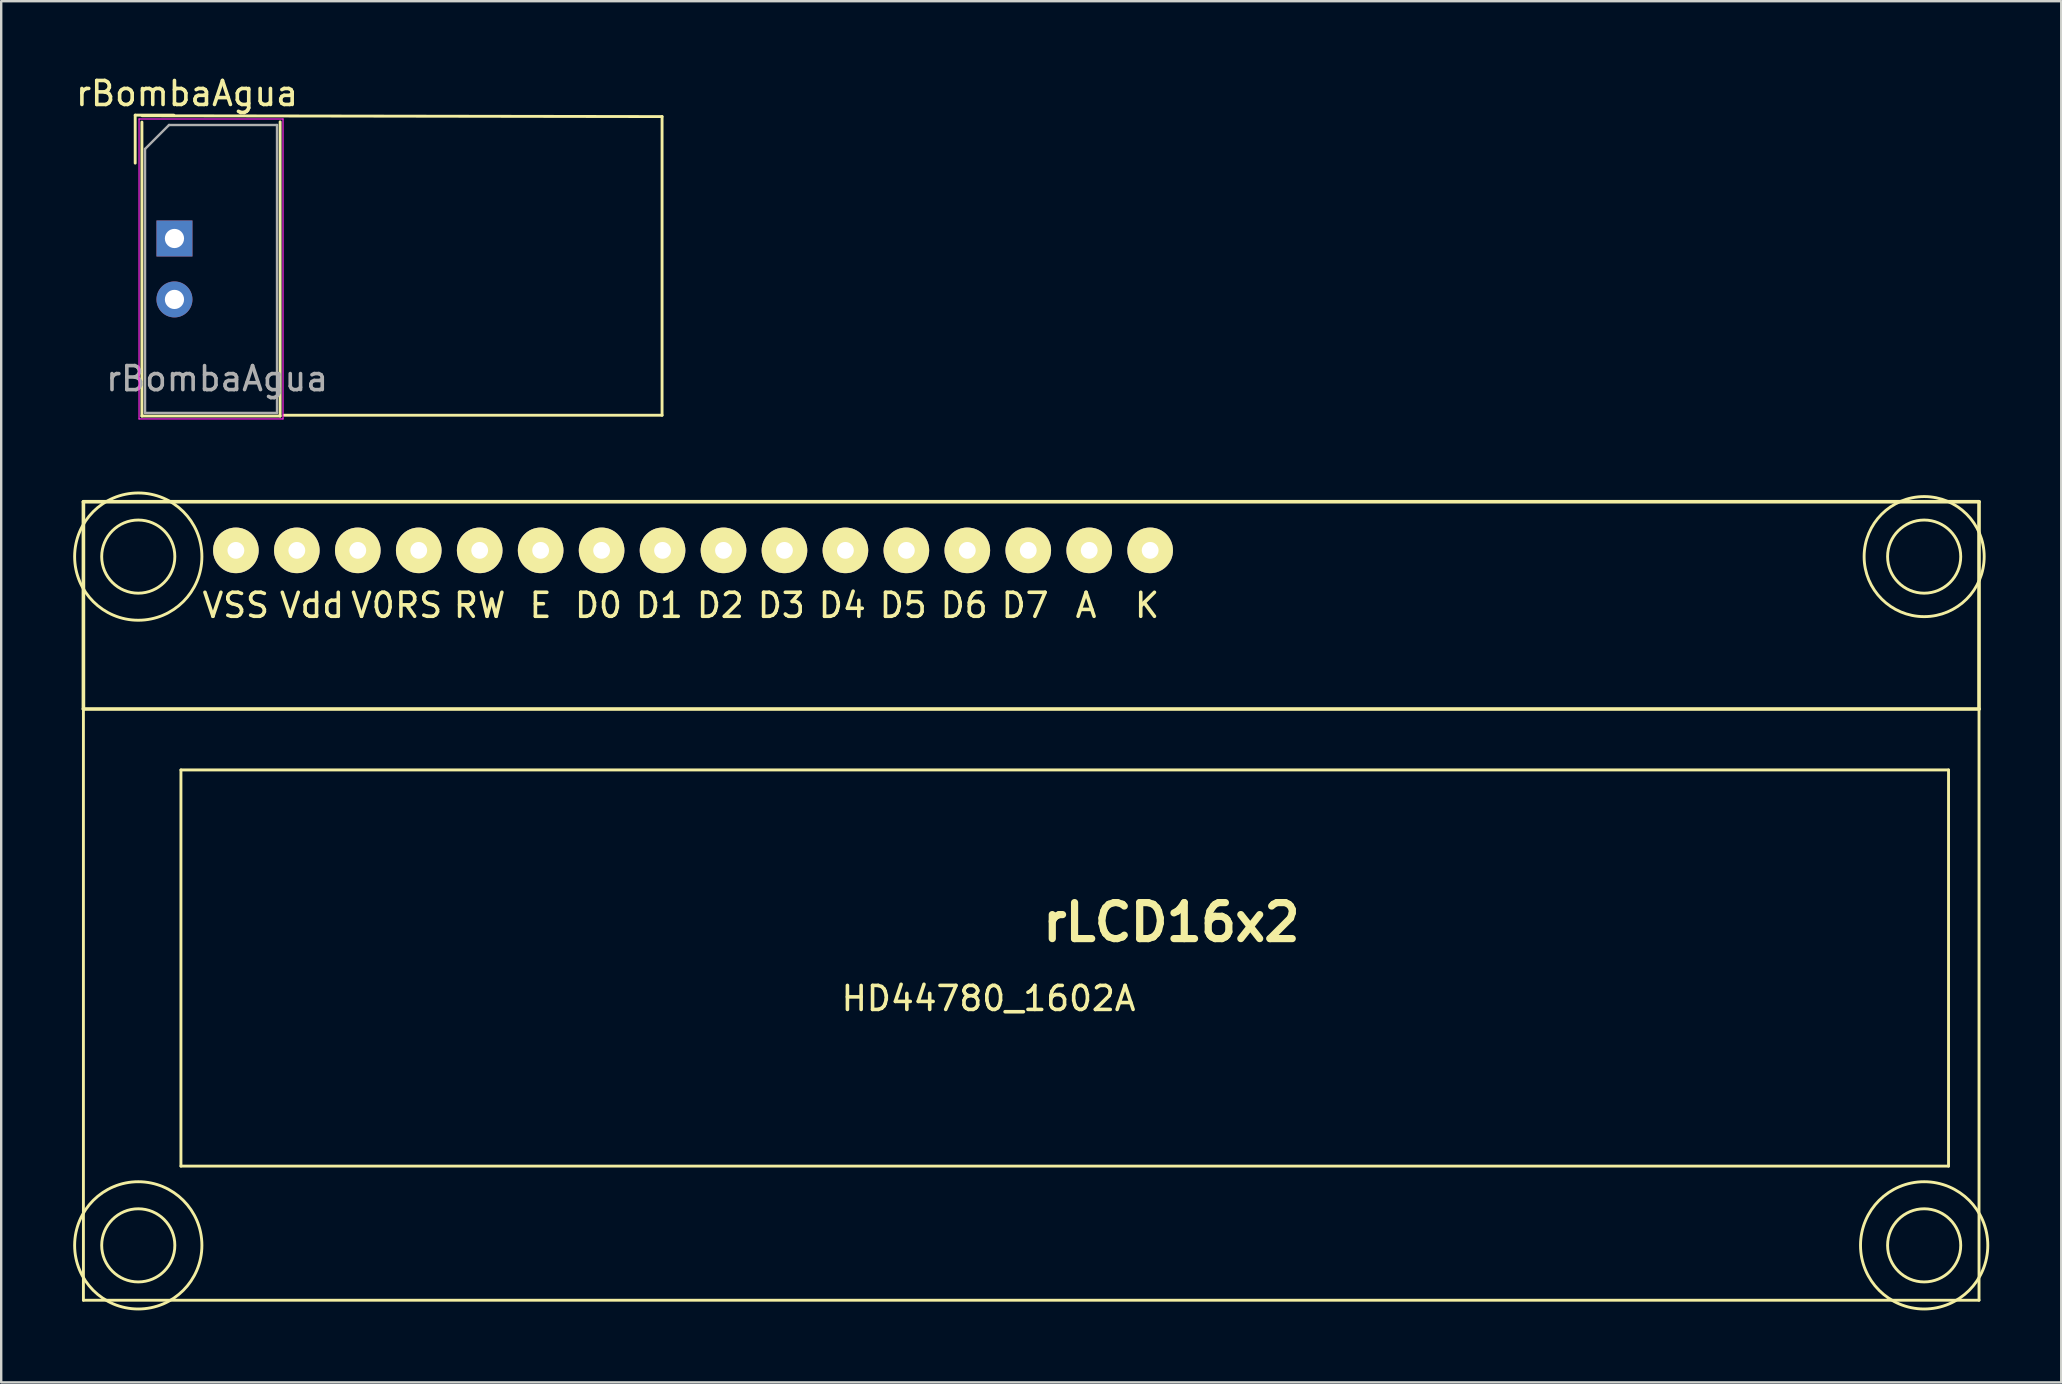
<source format=kicad_pcb>
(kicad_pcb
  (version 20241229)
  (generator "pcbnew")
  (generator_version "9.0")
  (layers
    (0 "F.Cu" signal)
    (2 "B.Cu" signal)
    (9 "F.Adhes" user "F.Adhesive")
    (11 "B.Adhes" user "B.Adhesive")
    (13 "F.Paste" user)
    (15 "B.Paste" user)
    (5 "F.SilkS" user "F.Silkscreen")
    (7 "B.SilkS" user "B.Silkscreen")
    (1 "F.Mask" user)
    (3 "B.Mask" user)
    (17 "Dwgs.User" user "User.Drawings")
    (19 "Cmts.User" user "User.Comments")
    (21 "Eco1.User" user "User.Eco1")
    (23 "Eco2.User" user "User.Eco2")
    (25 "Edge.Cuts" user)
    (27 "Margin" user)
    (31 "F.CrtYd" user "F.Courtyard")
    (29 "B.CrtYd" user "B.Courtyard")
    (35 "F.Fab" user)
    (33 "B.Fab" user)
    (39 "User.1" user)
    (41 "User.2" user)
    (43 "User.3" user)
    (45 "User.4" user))
  (footprint "rBombaAgua"
    (layer "F.Cu")
    (at 5.744 4.348)
    (property "Reference" "rBombaAgua" (at -1 -3.5 0) (layer "F.SilkS") (effects (font (size 1 1) (thickness 0.15))))
    (attr through_hole)
    (fp_line (start -3.16 -2.6) (end -3.16 -0.6) (stroke (width 0.12) (type solid)) (layer "F.SilkS"))
    (fp_line (start -3.16 -2.6) (end -1.55 -2.6) (stroke (width 0.12) (type solid)) (layer "F.SilkS"))
    (fp_line (start -2.88 9.94) (end -2.88 -2.31) (stroke (width 0.12) (type solid)) (layer "F.SilkS"))
    (fp_line (start -2.87 -2.574) (end 18.796 -2.54) (stroke (width 0.12) (type solid)) (layer "F.SilkS"))
    (fp_line (start 2.88 -2.32) (end 2.88 9.94) (stroke (width 0.12) (type solid)) (layer "F.SilkS"))
    (fp_line (start 2.88 9.94) (end -2.88 9.94) (stroke (width 0.12) (type solid)) (layer "F.SilkS"))
    (fp_line (start 18.796 -2.54) (end 18.796 9.906) (stroke (width 0.12) (type solid)) (layer "F.SilkS"))
    (fp_line (start 18.796 9.906) (end 3.048 9.906) (stroke (width 0.12) (type solid)) (layer "F.SilkS"))
    (fp_line (start -3 -2.44) (end 3 -2.44) (stroke (width 0.05) (type solid)) (layer "F.CrtYd"))
    (fp_line (start -3 10.06) (end -3 -2.44) (stroke (width 0.05) (type solid)) (layer "F.CrtYd"))
    (fp_line (start 3 -2.44) (end 3 10.06) (stroke (width 0.05) (type solid)) (layer "F.CrtYd"))
    (fp_line (start 3 10.06) (end -3 10.06) (stroke (width 0.05) (type solid)) (layer "F.CrtYd"))
    (fp_line (start -2.75 -1.19) (end -2.75 9.81) (stroke (width 0.1) (type solid)) (layer "F.Fab"))
    (fp_line (start -2.75 -1.19) (end -1.75 -2.19) (stroke (width 0.1) (type solid)) (layer "F.Fab"))
    (fp_line (start -1.75 -2.19) (end 2.75 -2.19) (stroke (width 0.1) (type solid)) (layer "F.Fab"))
    (fp_line (start 2.75 -2.19) (end 2.75 9.81) (stroke (width 0.1) (type solid)) (layer "F.Fab"))
    (fp_line (start 2.75 9.81) (end -2.75 9.81) (stroke (width 0.1) (type solid)) (layer "F.Fab"))
    (fp_text user "${REFERENCE}" (at 0.254 8.382 0) (layer "F.Fab") (effects (font (size 1 1) (thickness 0.15))))
    (pad "1" thru_hole rect (at -1.524 2.54) (size 1.5 1.5) (drill 0.8) (layers "*.Cu" "*.Mask"))
    (pad "2" thru_hole circle (at -1.524 5.08) (size 1.5 1.5) (drill 0.8) (layers "*.Cu" "*.Mask")))
  (footprint "rLCD16x2"
    (layer "F.Cu")
    (at 42.59 35.385)
    (property "Reference" "rLCD16x2" (at 3.175 0 0) (layer "F.SilkS") (effects (font (size 1.5 1.5) (thickness 0.3))))
    (attr through_hole)
    (fp_line (start -42.164 -17.526) (end -42.164 -8.89) (stroke (width 0.15) (type solid)) (layer "F.SilkS"))
    (fp_line (start -42.164 -8.89) (end -42.164 15.748) (stroke (width 0.12) (type solid)) (layer "F.SilkS"))
    (fp_line (start -42.164 -8.89) (end 36.83 -8.89) (stroke (width 0.15) (type solid)) (layer "F.SilkS"))
    (fp_line (start -42.164 15.748) (end 36.83 15.748) (stroke (width 0.12) (type solid)) (layer "F.SilkS"))
    (fp_line (start -38.1 -6.35) (end 35.56 -6.35) (stroke (width 0.12) (type solid)) (layer "F.SilkS"))
    (fp_line (start -38.1 10.16) (end -38.1 -6.35) (stroke (width 0.12) (type solid)) (layer "F.SilkS"))
    (fp_line (start 35.56 -6.35) (end 35.56 10.16) (stroke (width 0.12) (type solid)) (layer "F.SilkS"))
    (fp_line (start 35.56 10.16) (end -38.1 10.16) (stroke (width 0.12) (type solid)) (layer "F.SilkS"))
    (fp_line (start 36.83 -17.526) (end -42.164 -17.526) (stroke (width 0.15) (type solid)) (layer "F.SilkS"))
    (fp_line (start 36.83 -8.89) (end 36.83 -17.526) (stroke (width 0.15) (type solid)) (layer "F.SilkS"))
    (fp_line (start 36.83 -8.89) (end 36.83 15.748) (stroke (width 0.12) (type solid)) (layer "F.SilkS"))
    (fp_circle (center -39.878 -15.24) (end -38.354 -15.24) (stroke (width 0.12) (type solid)) (fill no) (layer "F.SilkS"))
    (fp_circle (center -39.878 -15.24) (end -37.338 -16.002) (stroke (width 0.12) (type solid)) (fill no) (layer "F.SilkS"))
    (fp_circle (center -39.878 13.462) (end -38.354 13.462) (stroke (width 0.12) (type solid)) (fill no) (layer "F.SilkS"))
    (fp_circle (center -39.878 13.462) (end -37.338 12.7) (stroke (width 0.12) (type solid)) (fill no) (layer "F.SilkS"))
    (fp_circle (center 34.544 -15.24) (end 36.068 -15.24) (stroke (width 0.12) (type solid)) (fill no) (layer "F.SilkS"))
    (fp_circle (center 34.544 -15.24) (end 36.83 -16.256) (stroke (width 0.12) (type solid)) (fill no) (layer "F.SilkS"))
    (fp_circle (center 34.544 13.462) (end 36.068 13.462) (stroke (width 0.12) (type solid)) (fill no) (layer "F.SilkS"))
    (fp_circle (center 34.544 13.462) (end 37.084 12.7) (stroke (width 0.12) (type solid)) (fill no) (layer "F.SilkS"))
    (fp_text user "RS" (at -28.194 -13.208 0) (layer "F.SilkS") (effects (font (size 1 1) (thickness 0.15))))
    (fp_text user "VSS" (at -35.814 -13.208 180) (layer "F.SilkS") (effects (font (size 1 1) (thickness 0.15))))
    (fp_text user "A" (at -0.381 -13.208 0) (layer "F.SilkS") (effects (font (size 1 1) (thickness 0.15))))
    (fp_text user "V0" (at -30.099 -13.208 0) (layer "F.SilkS") (effects (font (size 1 1) (thickness 0.15))))
    (fp_text user "D6" (at -5.461 -13.208 0) (layer "F.SilkS") (effects (font (size 1 1) (thickness 0.15))))
    (fp_text user "D5" (at -8.001 -13.208 0) (layer "F.SilkS") (effects (font (size 1 1) (thickness 0.15))))
    (fp_text user "D3" (at -13.081 -13.208 0) (layer "F.SilkS") (effects (font (size 1 1) (thickness 0.15))))
    (fp_text user "D4" (at -10.541 -13.208 0) (layer "F.SilkS") (effects (font (size 1 1) (thickness 0.15))))
    (fp_text user "D1" (at -18.161 -13.208 0) (layer "F.SilkS") (effects (font (size 1 1) (thickness 0.15))))
    (fp_text user "D7" (at -2.921 -13.208 0) (layer "F.SilkS") (effects (font (size 1 1) (thickness 0.15))))
    (fp_text user "RW" (at -25.654 -13.208 0) (layer "F.SilkS") (effects (font (size 1 1) (thickness 0.15))))
    (fp_text user "HD44780_1602A" (at -4.445 3.175 0) (layer "F.SilkS") (effects (font (size 1 1) (thickness 0.15))))
    (fp_text user "Vdd" (at -32.639 -13.208 0) (layer "F.SilkS") (effects (font (size 1 1) (thickness 0.15))))
    (fp_text user "E" (at -23.114 -13.208 0) (layer "F.SilkS") (effects (font (size 1 1) (thickness 0.15))))
    (fp_text user "D2" (at -15.621 -13.208 0) (layer "F.SilkS") (effects (font (size 1 1) (thickness 0.15))))
    (fp_text user "D0" (at -20.701 -13.208 0) (layer "F.SilkS") (effects (font (size 1 1) (thickness 0.15))))
    (fp_text user "K" (at 2.159 -13.208 0) (layer "F.SilkS") (effects (font (size 1 1) (thickness 0.15))))
    (pad "1" thru_hole oval (at -35.81 -15.5) (size 1.9 1.9) (drill 0.7) (layers "*.Cu" "*.Mask" "F.SilkS"))
    (pad "2" thru_hole oval (at -33.27 -15.5) (size 1.9 1.9) (drill 0.7) (layers "*.Cu" "*.Mask" "F.SilkS"))
    (pad "3" thru_hole oval (at -30.73 -15.5) (size 1.9 1.9) (drill 0.7) (layers "*.Cu" "*.Mask" "F.SilkS"))
    (pad "4" thru_hole oval (at -28.19 -15.5) (size 1.9 1.9) (drill 0.7) (layers "*.Cu" "*.Mask" "F.SilkS"))
    (pad "5" thru_hole oval (at -25.65 -15.5) (size 1.9 1.9) (drill 0.7) (layers "*.Cu" "*.Mask" "F.SilkS"))
    (pad "6" thru_hole oval (at -23.11 -15.5) (size 1.9 1.9) (drill 0.7) (layers "*.Cu" "*.Mask" "F.SilkS"))
    (pad "7" thru_hole oval (at -20.57 -15.5) (size 1.9 1.9) (drill 0.7) (layers "*.Cu" "*.Mask" "F.SilkS"))
    (pad "8" thru_hole oval (at -18.03 -15.5) (size 1.9 1.9) (drill 0.7) (layers "*.Cu" "*.Mask" "F.SilkS"))
    (pad "9" thru_hole oval (at -15.49 -15.5) (size 1.9 1.9) (drill 0.7) (layers "*.Cu" "*.Mask" "F.SilkS"))
    (pad "10" thru_hole oval (at -12.95 -15.5) (size 1.9 1.9) (drill 0.7) (layers "*.Cu" "*.Mask" "F.SilkS"))
    (pad "11" thru_hole oval (at -10.41 -15.5) (size 1.9 1.9) (drill 0.7) (layers "*.Cu" "*.Mask" "F.SilkS"))
    (pad "12" thru_hole oval (at -7.87 -15.5) (size 1.9 1.9) (drill 0.7) (layers "*.Cu" "*.Mask" "F.SilkS"))
    (pad "13" thru_hole oval (at -5.33 -15.5) (size 1.9 1.9) (drill 0.7) (layers "*.Cu" "*.Mask" "F.SilkS"))
    (pad "14" thru_hole oval (at -2.79 -15.5) (size 1.9 1.9) (drill 0.7) (layers "*.Cu" "*.Mask" "F.SilkS"))
    (pad "15" thru_hole oval (at 2.29 -15.5) (size 1.9 1.9) (drill 0.7) (layers "*.Cu" "*.Mask" "F.SilkS"))
    (pad "16" thru_hole oval (at -0.25 -15.5) (size 1.9 1.9) (drill 0.7) (layers "*.Cu" "*.Mask" "F.SilkS")))
  (gr_rect
    (start -3 -3)
    (end 82.846 54.559)
    (stroke (width 0.1) (type default))
    (fill no)
    (layer "Edge.Cuts")))
</source>
